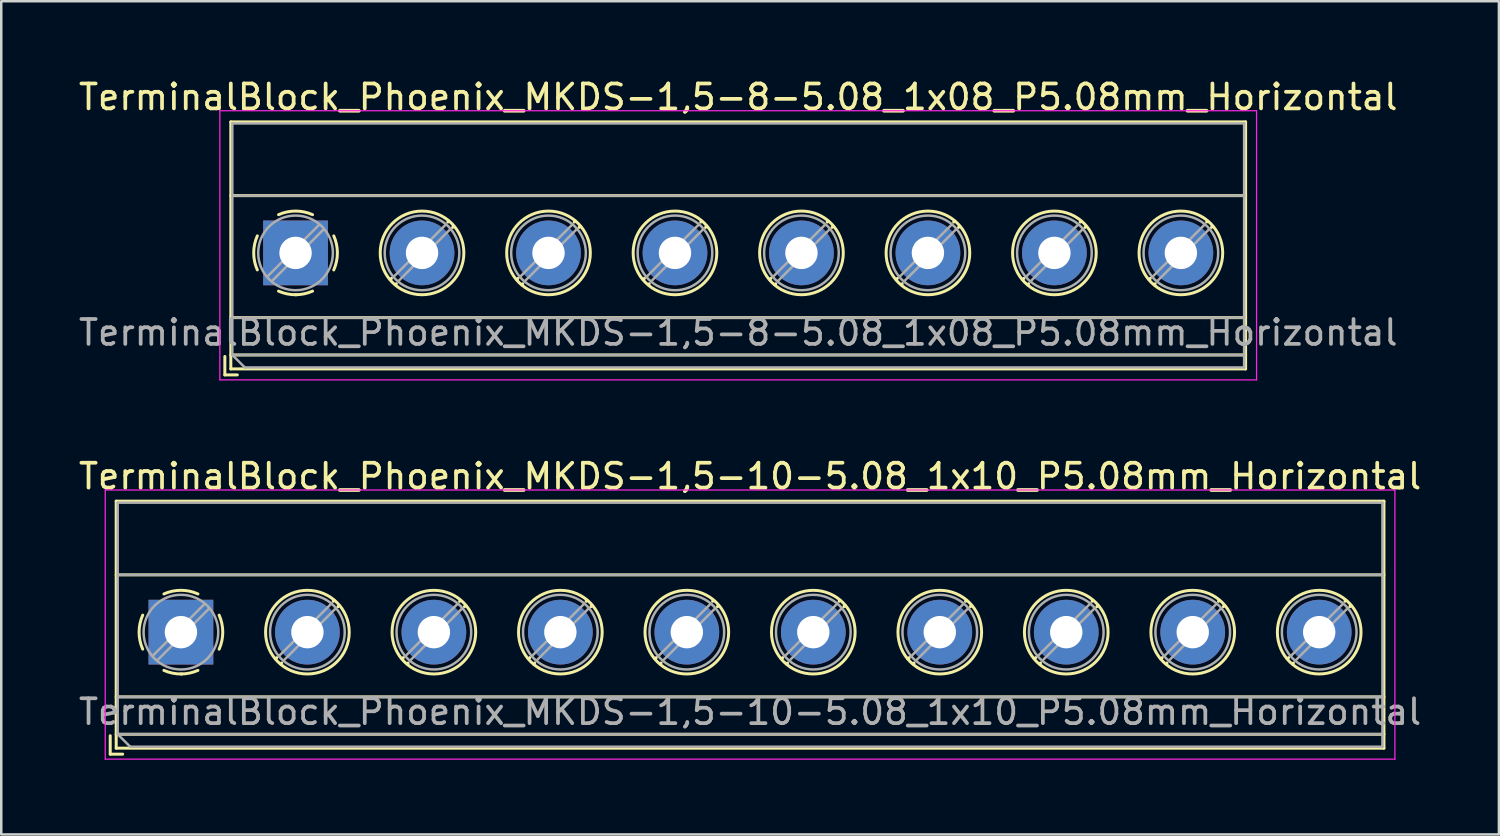
<source format=kicad_pcb>
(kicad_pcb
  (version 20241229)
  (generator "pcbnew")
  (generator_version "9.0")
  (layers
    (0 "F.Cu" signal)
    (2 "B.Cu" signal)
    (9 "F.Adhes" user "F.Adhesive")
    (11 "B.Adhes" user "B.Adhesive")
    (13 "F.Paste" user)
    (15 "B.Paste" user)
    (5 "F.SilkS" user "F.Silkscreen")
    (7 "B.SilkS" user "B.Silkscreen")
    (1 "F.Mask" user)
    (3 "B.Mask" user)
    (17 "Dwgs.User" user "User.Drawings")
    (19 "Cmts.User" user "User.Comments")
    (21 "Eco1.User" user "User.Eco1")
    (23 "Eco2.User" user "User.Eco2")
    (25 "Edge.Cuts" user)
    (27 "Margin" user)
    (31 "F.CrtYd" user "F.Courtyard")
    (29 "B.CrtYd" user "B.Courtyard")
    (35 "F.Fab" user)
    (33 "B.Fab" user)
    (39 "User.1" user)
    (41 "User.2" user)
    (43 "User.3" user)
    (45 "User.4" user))
  (footprint "TerminalBlock_Phoenix_MKDS-1,5-8-5.08_1x08_P5.08mm_Horizontal"
    (layer "F.Cu")
    (at 8.821 7.108)
    (property "Reference" "TerminalBlock_Phoenix_MKDS-1,5-8-5.08_1x08_P5.08mm_Horizontal" (at 17.78 -6.26 0) (layer "F.SilkS") (effects (font (size 1 1) (thickness 0.15))))
    (attr through_hole)
    (fp_line (start -2.84 4.16) (end -2.84 4.9) (stroke (width 0.12) (type solid)) (layer "F.SilkS"))
    (fp_line (start -2.84 4.9) (end -2.34 4.9) (stroke (width 0.12) (type solid)) (layer "F.SilkS"))
    (fp_line (start -2.6 -5.261) (end -2.6 4.66) (stroke (width 0.12) (type solid)) (layer "F.SilkS"))
    (fp_line (start -2.6 -5.261) (end 38.16 -5.261) (stroke (width 0.12) (type solid)) (layer "F.SilkS"))
    (fp_line (start -2.6 -2.301) (end 38.16 -2.301) (stroke (width 0.12) (type solid)) (layer "F.SilkS"))
    (fp_line (start -2.6 2.6) (end 38.16 2.6) (stroke (width 0.12) (type solid)) (layer "F.SilkS"))
    (fp_line (start -2.6 4.1) (end 38.16 4.1) (stroke (width 0.12) (type solid)) (layer "F.SilkS"))
    (fp_line (start -2.6 4.66) (end 38.16 4.66) (stroke (width 0.12) (type solid)) (layer "F.SilkS"))
    (fp_line (start 3.853 1.023) (end 3.806 1.069) (stroke (width 0.12) (type solid)) (layer "F.SilkS"))
    (fp_line (start 4.046 1.239) (end 4.011 1.274) (stroke (width 0.12) (type solid)) (layer "F.SilkS"))
    (fp_line (start 6.15 -1.275) (end 6.115 -1.239) (stroke (width 0.12) (type solid)) (layer "F.SilkS"))
    (fp_line (start 6.355 -1.069) (end 6.308 -1.023) (stroke (width 0.12) (type solid)) (layer "F.SilkS"))
    (fp_line (start 8.933 1.023) (end 8.886 1.069) (stroke (width 0.12) (type solid)) (layer "F.SilkS"))
    (fp_line (start 9.126 1.239) (end 9.091 1.274) (stroke (width 0.12) (type solid)) (layer "F.SilkS"))
    (fp_line (start 11.23 -1.275) (end 11.195 -1.239) (stroke (width 0.12) (type solid)) (layer "F.SilkS"))
    (fp_line (start 11.435 -1.069) (end 11.388 -1.023) (stroke (width 0.12) (type solid)) (layer "F.SilkS"))
    (fp_line (start 14.013 1.023) (end 13.966 1.069) (stroke (width 0.12) (type solid)) (layer "F.SilkS"))
    (fp_line (start 14.206 1.239) (end 14.171 1.274) (stroke (width 0.12) (type solid)) (layer "F.SilkS"))
    (fp_line (start 16.31 -1.275) (end 16.275 -1.239) (stroke (width 0.12) (type solid)) (layer "F.SilkS"))
    (fp_line (start 16.515 -1.069) (end 16.468 -1.023) (stroke (width 0.12) (type solid)) (layer "F.SilkS"))
    (fp_line (start 19.093 1.023) (end 19.046 1.069) (stroke (width 0.12) (type solid)) (layer "F.SilkS"))
    (fp_line (start 19.286 1.239) (end 19.251 1.274) (stroke (width 0.12) (type solid)) (layer "F.SilkS"))
    (fp_line (start 21.39 -1.275) (end 21.355 -1.239) (stroke (width 0.12) (type solid)) (layer "F.SilkS"))
    (fp_line (start 21.595 -1.069) (end 21.548 -1.023) (stroke (width 0.12) (type solid)) (layer "F.SilkS"))
    (fp_line (start 24.173 1.023) (end 24.126 1.069) (stroke (width 0.12) (type solid)) (layer "F.SilkS"))
    (fp_line (start 24.366 1.239) (end 24.331 1.274) (stroke (width 0.12) (type solid)) (layer "F.SilkS"))
    (fp_line (start 26.47 -1.275) (end 26.435 -1.239) (stroke (width 0.12) (type solid)) (layer "F.SilkS"))
    (fp_line (start 26.675 -1.069) (end 26.628 -1.023) (stroke (width 0.12) (type solid)) (layer "F.SilkS"))
    (fp_line (start 29.253 1.023) (end 29.206 1.069) (stroke (width 0.12) (type solid)) (layer "F.SilkS"))
    (fp_line (start 29.446 1.239) (end 29.411 1.274) (stroke (width 0.12) (type solid)) (layer "F.SilkS"))
    (fp_line (start 31.55 -1.275) (end 31.515 -1.239) (stroke (width 0.12) (type solid)) (layer "F.SilkS"))
    (fp_line (start 31.755 -1.069) (end 31.708 -1.023) (stroke (width 0.12) (type solid)) (layer "F.SilkS"))
    (fp_line (start 34.333 1.023) (end 34.286 1.069) (stroke (width 0.12) (type solid)) (layer "F.SilkS"))
    (fp_line (start 34.526 1.239) (end 34.491 1.274) (stroke (width 0.12) (type solid)) (layer "F.SilkS"))
    (fp_line (start 36.63 -1.275) (end 36.595 -1.239) (stroke (width 0.12) (type solid)) (layer "F.SilkS"))
    (fp_line (start 36.835 -1.069) (end 36.788 -1.023) (stroke (width 0.12) (type solid)) (layer "F.SilkS"))
    (fp_line (start 38.16 -5.261) (end 38.16 4.66) (stroke (width 0.12) (type solid)) (layer "F.SilkS"))
    (fp_arc (start -1.535427 0.683042) (mid -1.680501 -0.000524) (end -1.535 -0.684) (stroke (width 0.12) (type solid)) (layer "F.SilkS"))
    (fp_arc (start -0.683042 -1.535427) (mid 0.000524 -1.680501) (end 0.684 -1.535) (stroke (width 0.12) (type solid)) (layer "F.SilkS"))
    (fp_arc (start 0.028805 1.680253) (mid -0.335551 1.646659) (end -0.684 1.535) (stroke (width 0.12) (type solid)) (layer "F.SilkS"))
    (fp_arc (start 0.683318 1.534756) (mid 0.349292 1.643288) (end 0 1.68) (stroke (width 0.12) (type solid)) (layer "F.SilkS"))
    (fp_arc (start 1.535427 -0.683042) (mid 1.680501 0.000524) (end 1.535 0.684) (stroke (width 0.12) (type solid)) (layer "F.SilkS"))
    (fp_circle (center 5.08 0) (end 6.76 0) (stroke (width 0.12) (type solid)) (fill no) (layer "F.SilkS"))
    (fp_circle (center 10.16 0) (end 11.84 0) (stroke (width 0.12) (type solid)) (fill no) (layer "F.SilkS"))
    (fp_circle (center 15.24 0) (end 16.92 0) (stroke (width 0.12) (type solid)) (fill no) (layer "F.SilkS"))
    (fp_circle (center 20.32 0) (end 22 0) (stroke (width 0.12) (type solid)) (fill no) (layer "F.SilkS"))
    (fp_circle (center 25.4 0) (end 27.08 0) (stroke (width 0.12) (type solid)) (fill no) (layer "F.SilkS"))
    (fp_circle (center 30.48 0) (end 32.16 0) (stroke (width 0.12) (type solid)) (fill no) (layer "F.SilkS"))
    (fp_circle (center 35.56 0) (end 37.24 0) (stroke (width 0.12) (type solid)) (fill no) (layer "F.SilkS"))
    (fp_line (start -3.04 -5.71) (end -3.04 5.1) (stroke (width 0.05) (type solid)) (layer "F.CrtYd"))
    (fp_line (start -3.04 5.1) (end 38.6 5.1) (stroke (width 0.05) (type solid)) (layer "F.CrtYd"))
    (fp_line (start 38.6 -5.71) (end -3.04 -5.71) (stroke (width 0.05) (type solid)) (layer "F.CrtYd"))
    (fp_line (start 38.6 5.1) (end 38.6 -5.71) (stroke (width 0.05) (type solid)) (layer "F.CrtYd"))
    (fp_line (start -2.54 -5.2) (end 38.1 -5.2) (stroke (width 0.1) (type solid)) (layer "F.Fab"))
    (fp_line (start -2.54 -2.3) (end 38.1 -2.3) (stroke (width 0.1) (type solid)) (layer "F.Fab"))
    (fp_line (start -2.54 2.6) (end 38.1 2.6) (stroke (width 0.1) (type solid)) (layer "F.Fab"))
    (fp_line (start -2.54 4.1) (end -2.54 -5.2) (stroke (width 0.1) (type solid)) (layer "F.Fab"))
    (fp_line (start -2.54 4.1) (end 38.1 4.1) (stroke (width 0.1) (type solid)) (layer "F.Fab"))
    (fp_line (start -2.04 4.6) (end -2.54 4.1) (stroke (width 0.1) (type solid)) (layer "F.Fab"))
    (fp_line (start 0.955 -1.138) (end -1.138 0.955) (stroke (width 0.1) (type solid)) (layer "F.Fab"))
    (fp_line (start 1.138 -0.955) (end -0.955 1.138) (stroke (width 0.1) (type solid)) (layer "F.Fab"))
    (fp_line (start 6.035 -1.138) (end 3.943 0.955) (stroke (width 0.1) (type solid)) (layer "F.Fab"))
    (fp_line (start 6.218 -0.955) (end 4.126 1.138) (stroke (width 0.1) (type solid)) (layer "F.Fab"))
    (fp_line (start 11.115 -1.138) (end 9.023 0.955) (stroke (width 0.1) (type solid)) (layer "F.Fab"))
    (fp_line (start 11.298 -0.955) (end 9.206 1.138) (stroke (width 0.1) (type solid)) (layer "F.Fab"))
    (fp_line (start 16.195 -1.138) (end 14.103 0.955) (stroke (width 0.1) (type solid)) (layer "F.Fab"))
    (fp_line (start 16.378 -0.955) (end 14.286 1.138) (stroke (width 0.1) (type solid)) (layer "F.Fab"))
    (fp_line (start 21.275 -1.138) (end 19.183 0.955) (stroke (width 0.1) (type solid)) (layer "F.Fab"))
    (fp_line (start 21.458 -0.955) (end 19.366 1.138) (stroke (width 0.1) (type solid)) (layer "F.Fab"))
    (fp_line (start 26.355 -1.138) (end 24.263 0.955) (stroke (width 0.1) (type solid)) (layer "F.Fab"))
    (fp_line (start 26.538 -0.955) (end 24.446 1.138) (stroke (width 0.1) (type solid)) (layer "F.Fab"))
    (fp_line (start 31.435 -1.138) (end 29.343 0.955) (stroke (width 0.1) (type solid)) (layer "F.Fab"))
    (fp_line (start 31.618 -0.955) (end 29.526 1.138) (stroke (width 0.1) (type solid)) (layer "F.Fab"))
    (fp_line (start 36.515 -1.138) (end 34.423 0.955) (stroke (width 0.1) (type solid)) (layer "F.Fab"))
    (fp_line (start 36.698 -0.955) (end 34.606 1.138) (stroke (width 0.1) (type solid)) (layer "F.Fab"))
    (fp_line (start 38.1 -5.2) (end 38.1 4.6) (stroke (width 0.1) (type solid)) (layer "F.Fab"))
    (fp_line (start 38.1 4.6) (end -2.04 4.6) (stroke (width 0.1) (type solid)) (layer "F.Fab"))
    (fp_circle (center 0 0) (end 1.5 0) (stroke (width 0.1) (type solid)) (fill no) (layer "F.Fab"))
    (fp_circle (center 5.08 0) (end 6.58 0) (stroke (width 0.1) (type solid)) (fill no) (layer "F.Fab"))
    (fp_circle (center 10.16 0) (end 11.66 0) (stroke (width 0.1) (type solid)) (fill no) (layer "F.Fab"))
    (fp_circle (center 15.24 0) (end 16.74 0) (stroke (width 0.1) (type solid)) (fill no) (layer "F.Fab"))
    (fp_circle (center 20.32 0) (end 21.82 0) (stroke (width 0.1) (type solid)) (fill no) (layer "F.Fab"))
    (fp_circle (center 25.4 0) (end 26.9 0) (stroke (width 0.1) (type solid)) (fill no) (layer "F.Fab"))
    (fp_circle (center 30.48 0) (end 31.98 0) (stroke (width 0.1) (type solid)) (fill no) (layer "F.Fab"))
    (fp_circle (center 35.56 0) (end 37.06 0) (stroke (width 0.1) (type solid)) (fill no) (layer "F.Fab"))
    (fp_text user "${REFERENCE}" (at 17.78 3.2 0) (layer "F.Fab") (effects (font (size 1 1) (thickness 0.15))))
    (pad "1" thru_hole rect (at 0 0) (size 2.6 2.6) (drill 1.3) (layers "*.Cu" "*.Mask"))
    (pad "2" thru_hole circle (at 5.08 0) (size 2.6 2.6) (drill 1.3) (layers "*.Cu" "*.Mask"))
    (pad "3" thru_hole circle (at 10.16 0) (size 2.6 2.6) (drill 1.3) (layers "*.Cu" "*.Mask"))
    (pad "4" thru_hole circle (at 15.24 0) (size 2.6 2.6) (drill 1.3) (layers "*.Cu" "*.Mask"))
    (pad "5" thru_hole circle (at 20.32 0) (size 2.6 2.6) (drill 1.3) (layers "*.Cu" "*.Mask"))
    (pad "6" thru_hole circle (at 25.4 0) (size 2.6 2.6) (drill 1.3) (layers "*.Cu" "*.Mask"))
    (pad "7" thru_hole circle (at 30.48 0) (size 2.6 2.6) (drill 1.3) (layers "*.Cu" "*.Mask"))
    (pad "8" thru_hole circle (at 35.56 0) (size 2.6 2.6) (drill 1.3) (layers "*.Cu" "*.Mask")))
  (footprint "TerminalBlock_Phoenix_MKDS-1,5-10-5.08_1x10_P5.08mm_Horizontal"
    (layer "F.Cu")
    (at 4.217 22.341)
    (property "Reference" "TerminalBlock_Phoenix_MKDS-1,5-10-5.08_1x10_P5.08mm_Horizontal" (at 22.86 -6.26 0) (layer "F.SilkS") (effects (font (size 1 1) (thickness 0.15))))
    (attr through_hole)
    (fp_line (start -2.84 4.16) (end -2.84 4.9) (stroke (width 0.12) (type solid)) (layer "F.SilkS"))
    (fp_line (start -2.84 4.9) (end -2.34 4.9) (stroke (width 0.12) (type solid)) (layer "F.SilkS"))
    (fp_line (start -2.6 -5.261) (end -2.6 4.66) (stroke (width 0.12) (type solid)) (layer "F.SilkS"))
    (fp_line (start -2.6 -5.261) (end 48.32 -5.261) (stroke (width 0.12) (type solid)) (layer "F.SilkS"))
    (fp_line (start -2.6 -2.301) (end 48.32 -2.301) (stroke (width 0.12) (type solid)) (layer "F.SilkS"))
    (fp_line (start -2.6 2.6) (end 48.32 2.6) (stroke (width 0.12) (type solid)) (layer "F.SilkS"))
    (fp_line (start -2.6 4.1) (end 48.32 4.1) (stroke (width 0.12) (type solid)) (layer "F.SilkS"))
    (fp_line (start -2.6 4.66) (end 48.32 4.66) (stroke (width 0.12) (type solid)) (layer "F.SilkS"))
    (fp_line (start 3.853 1.023) (end 3.806 1.069) (stroke (width 0.12) (type solid)) (layer "F.SilkS"))
    (fp_line (start 4.046 1.239) (end 4.011 1.274) (stroke (width 0.12) (type solid)) (layer "F.SilkS"))
    (fp_line (start 6.15 -1.275) (end 6.115 -1.239) (stroke (width 0.12) (type solid)) (layer "F.SilkS"))
    (fp_line (start 6.355 -1.069) (end 6.308 -1.023) (stroke (width 0.12) (type solid)) (layer "F.SilkS"))
    (fp_line (start 8.933 1.023) (end 8.886 1.069) (stroke (width 0.12) (type solid)) (layer "F.SilkS"))
    (fp_line (start 9.126 1.239) (end 9.091 1.274) (stroke (width 0.12) (type solid)) (layer "F.SilkS"))
    (fp_line (start 11.23 -1.275) (end 11.195 -1.239) (stroke (width 0.12) (type solid)) (layer "F.SilkS"))
    (fp_line (start 11.435 -1.069) (end 11.388 -1.023) (stroke (width 0.12) (type solid)) (layer "F.SilkS"))
    (fp_line (start 14.013 1.023) (end 13.966 1.069) (stroke (width 0.12) (type solid)) (layer "F.SilkS"))
    (fp_line (start 14.206 1.239) (end 14.171 1.274) (stroke (width 0.12) (type solid)) (layer "F.SilkS"))
    (fp_line (start 16.31 -1.275) (end 16.275 -1.239) (stroke (width 0.12) (type solid)) (layer "F.SilkS"))
    (fp_line (start 16.515 -1.069) (end 16.468 -1.023) (stroke (width 0.12) (type solid)) (layer "F.SilkS"))
    (fp_line (start 19.093 1.023) (end 19.046 1.069) (stroke (width 0.12) (type solid)) (layer "F.SilkS"))
    (fp_line (start 19.286 1.239) (end 19.251 1.274) (stroke (width 0.12) (type solid)) (layer "F.SilkS"))
    (fp_line (start 21.39 -1.275) (end 21.355 -1.239) (stroke (width 0.12) (type solid)) (layer "F.SilkS"))
    (fp_line (start 21.595 -1.069) (end 21.548 -1.023) (stroke (width 0.12) (type solid)) (layer "F.SilkS"))
    (fp_line (start 24.173 1.023) (end 24.126 1.069) (stroke (width 0.12) (type solid)) (layer "F.SilkS"))
    (fp_line (start 24.366 1.239) (end 24.331 1.274) (stroke (width 0.12) (type solid)) (layer "F.SilkS"))
    (fp_line (start 26.47 -1.275) (end 26.435 -1.239) (stroke (width 0.12) (type solid)) (layer "F.SilkS"))
    (fp_line (start 26.675 -1.069) (end 26.628 -1.023) (stroke (width 0.12) (type solid)) (layer "F.SilkS"))
    (fp_line (start 29.253 1.023) (end 29.206 1.069) (stroke (width 0.12) (type solid)) (layer "F.SilkS"))
    (fp_line (start 29.446 1.239) (end 29.411 1.274) (stroke (width 0.12) (type solid)) (layer "F.SilkS"))
    (fp_line (start 31.55 -1.275) (end 31.515 -1.239) (stroke (width 0.12) (type solid)) (layer "F.SilkS"))
    (fp_line (start 31.755 -1.069) (end 31.708 -1.023) (stroke (width 0.12) (type solid)) (layer "F.SilkS"))
    (fp_line (start 34.333 1.023) (end 34.286 1.069) (stroke (width 0.12) (type solid)) (layer "F.SilkS"))
    (fp_line (start 34.526 1.239) (end 34.491 1.274) (stroke (width 0.12) (type solid)) (layer "F.SilkS"))
    (fp_line (start 36.63 -1.275) (end 36.595 -1.239) (stroke (width 0.12) (type solid)) (layer "F.SilkS"))
    (fp_line (start 36.835 -1.069) (end 36.788 -1.023) (stroke (width 0.12) (type solid)) (layer "F.SilkS"))
    (fp_line (start 39.413 1.023) (end 39.366 1.069) (stroke (width 0.12) (type solid)) (layer "F.SilkS"))
    (fp_line (start 39.606 1.239) (end 39.571 1.274) (stroke (width 0.12) (type solid)) (layer "F.SilkS"))
    (fp_line (start 41.71 -1.275) (end 41.675 -1.239) (stroke (width 0.12) (type solid)) (layer "F.SilkS"))
    (fp_line (start 41.915 -1.069) (end 41.868 -1.023) (stroke (width 0.12) (type solid)) (layer "F.SilkS"))
    (fp_line (start 44.493 1.023) (end 44.446 1.069) (stroke (width 0.12) (type solid)) (layer "F.SilkS"))
    (fp_line (start 44.686 1.239) (end 44.651 1.274) (stroke (width 0.12) (type solid)) (layer "F.SilkS"))
    (fp_line (start 46.79 -1.275) (end 46.755 -1.239) (stroke (width 0.12) (type solid)) (layer "F.SilkS"))
    (fp_line (start 46.995 -1.069) (end 46.948 -1.023) (stroke (width 0.12) (type solid)) (layer "F.SilkS"))
    (fp_line (start 48.32 -5.261) (end 48.32 4.66) (stroke (width 0.12) (type solid)) (layer "F.SilkS"))
    (fp_arc (start -1.535427 0.683042) (mid -1.680501 -0.000524) (end -1.535 -0.684) (stroke (width 0.12) (type solid)) (layer "F.SilkS"))
    (fp_arc (start -0.683042 -1.535427) (mid 0.000524 -1.680501) (end 0.684 -1.535) (stroke (width 0.12) (type solid)) (layer "F.SilkS"))
    (fp_arc (start 0.028805 1.680253) (mid -0.335551 1.646659) (end -0.684 1.535) (stroke (width 0.12) (type solid)) (layer "F.SilkS"))
    (fp_arc (start 0.683318 1.534756) (mid 0.349292 1.643288) (end 0 1.68) (stroke (width 0.12) (type solid)) (layer "F.SilkS"))
    (fp_arc (start 1.535427 -0.683042) (mid 1.680501 0.000524) (end 1.535 0.684) (stroke (width 0.12) (type solid)) (layer "F.SilkS"))
    (fp_circle (center 5.08 0) (end 6.76 0) (stroke (width 0.12) (type solid)) (fill no) (layer "F.SilkS"))
    (fp_circle (center 10.16 0) (end 11.84 0) (stroke (width 0.12) (type solid)) (fill no) (layer "F.SilkS"))
    (fp_circle (center 15.24 0) (end 16.92 0) (stroke (width 0.12) (type solid)) (fill no) (layer "F.SilkS"))
    (fp_circle (center 20.32 0) (end 22 0) (stroke (width 0.12) (type solid)) (fill no) (layer "F.SilkS"))
    (fp_circle (center 25.4 0) (end 27.08 0) (stroke (width 0.12) (type solid)) (fill no) (layer "F.SilkS"))
    (fp_circle (center 30.48 0) (end 32.16 0) (stroke (width 0.12) (type solid)) (fill no) (layer "F.SilkS"))
    (fp_circle (center 35.56 0) (end 37.24 0) (stroke (width 0.12) (type solid)) (fill no) (layer "F.SilkS"))
    (fp_circle (center 40.64 0) (end 42.32 0) (stroke (width 0.12) (type solid)) (fill no) (layer "F.SilkS"))
    (fp_circle (center 45.72 0) (end 47.4 0) (stroke (width 0.12) (type solid)) (fill no) (layer "F.SilkS"))
    (fp_line (start -3.04 -5.71) (end -3.04 5.1) (stroke (width 0.05) (type solid)) (layer "F.CrtYd"))
    (fp_line (start -3.04 5.1) (end 48.76 5.1) (stroke (width 0.05) (type solid)) (layer "F.CrtYd"))
    (fp_line (start 48.76 -5.71) (end -3.04 -5.71) (stroke (width 0.05) (type solid)) (layer "F.CrtYd"))
    (fp_line (start 48.76 5.1) (end 48.76 -5.71) (stroke (width 0.05) (type solid)) (layer "F.CrtYd"))
    (fp_line (start -2.54 -5.2) (end 48.26 -5.2) (stroke (width 0.1) (type solid)) (layer "F.Fab"))
    (fp_line (start -2.54 -2.3) (end 48.26 -2.3) (stroke (width 0.1) (type solid)) (layer "F.Fab"))
    (fp_line (start -2.54 2.6) (end 48.26 2.6) (stroke (width 0.1) (type solid)) (layer "F.Fab"))
    (fp_line (start -2.54 4.1) (end -2.54 -5.2) (stroke (width 0.1) (type solid)) (layer "F.Fab"))
    (fp_line (start -2.54 4.1) (end 48.26 4.1) (stroke (width 0.1) (type solid)) (layer "F.Fab"))
    (fp_line (start -2.04 4.6) (end -2.54 4.1) (stroke (width 0.1) (type solid)) (layer "F.Fab"))
    (fp_line (start 0.955 -1.138) (end -1.138 0.955) (stroke (width 0.1) (type solid)) (layer "F.Fab"))
    (fp_line (start 1.138 -0.955) (end -0.955 1.138) (stroke (width 0.1) (type solid)) (layer "F.Fab"))
    (fp_line (start 6.035 -1.138) (end 3.943 0.955) (stroke (width 0.1) (type solid)) (layer "F.Fab"))
    (fp_line (start 6.218 -0.955) (end 4.126 1.138) (stroke (width 0.1) (type solid)) (layer "F.Fab"))
    (fp_line (start 11.115 -1.138) (end 9.023 0.955) (stroke (width 0.1) (type solid)) (layer "F.Fab"))
    (fp_line (start 11.298 -0.955) (end 9.206 1.138) (stroke (width 0.1) (type solid)) (layer "F.Fab"))
    (fp_line (start 16.195 -1.138) (end 14.103 0.955) (stroke (width 0.1) (type solid)) (layer "F.Fab"))
    (fp_line (start 16.378 -0.955) (end 14.286 1.138) (stroke (width 0.1) (type solid)) (layer "F.Fab"))
    (fp_line (start 21.275 -1.138) (end 19.183 0.955) (stroke (width 0.1) (type solid)) (layer "F.Fab"))
    (fp_line (start 21.458 -0.955) (end 19.366 1.138) (stroke (width 0.1) (type solid)) (layer "F.Fab"))
    (fp_line (start 26.355 -1.138) (end 24.263 0.955) (stroke (width 0.1) (type solid)) (layer "F.Fab"))
    (fp_line (start 26.538 -0.955) (end 24.446 1.138) (stroke (width 0.1) (type solid)) (layer "F.Fab"))
    (fp_line (start 31.435 -1.138) (end 29.343 0.955) (stroke (width 0.1) (type solid)) (layer "F.Fab"))
    (fp_line (start 31.618 -0.955) (end 29.526 1.138) (stroke (width 0.1) (type solid)) (layer "F.Fab"))
    (fp_line (start 36.515 -1.138) (end 34.423 0.955) (stroke (width 0.1) (type solid)) (layer "F.Fab"))
    (fp_line (start 36.698 -0.955) (end 34.606 1.138) (stroke (width 0.1) (type solid)) (layer "F.Fab"))
    (fp_line (start 41.595 -1.138) (end 39.503 0.955) (stroke (width 0.1) (type solid)) (layer "F.Fab"))
    (fp_line (start 41.778 -0.955) (end 39.686 1.138) (stroke (width 0.1) (type solid)) (layer "F.Fab"))
    (fp_line (start 46.675 -1.138) (end 44.583 0.955) (stroke (width 0.1) (type solid)) (layer "F.Fab"))
    (fp_line (start 46.858 -0.955) (end 44.766 1.138) (stroke (width 0.1) (type solid)) (layer "F.Fab"))
    (fp_line (start 48.26 -5.2) (end 48.26 4.6) (stroke (width 0.1) (type solid)) (layer "F.Fab"))
    (fp_line (start 48.26 4.6) (end -2.04 4.6) (stroke (width 0.1) (type solid)) (layer "F.Fab"))
    (fp_circle (center 0 0) (end 1.5 0) (stroke (width 0.1) (type solid)) (fill no) (layer "F.Fab"))
    (fp_circle (center 5.08 0) (end 6.58 0) (stroke (width 0.1) (type solid)) (fill no) (layer "F.Fab"))
    (fp_circle (center 10.16 0) (end 11.66 0) (stroke (width 0.1) (type solid)) (fill no) (layer "F.Fab"))
    (fp_circle (center 15.24 0) (end 16.74 0) (stroke (width 0.1) (type solid)) (fill no) (layer "F.Fab"))
    (fp_circle (center 20.32 0) (end 21.82 0) (stroke (width 0.1) (type solid)) (fill no) (layer "F.Fab"))
    (fp_circle (center 25.4 0) (end 26.9 0) (stroke (width 0.1) (type solid)) (fill no) (layer "F.Fab"))
    (fp_circle (center 30.48 0) (end 31.98 0) (stroke (width 0.1) (type solid)) (fill no) (layer "F.Fab"))
    (fp_circle (center 35.56 0) (end 37.06 0) (stroke (width 0.1) (type solid)) (fill no) (layer "F.Fab"))
    (fp_circle (center 40.64 0) (end 42.14 0) (stroke (width 0.1) (type solid)) (fill no) (layer "F.Fab"))
    (fp_circle (center 45.72 0) (end 47.22 0) (stroke (width 0.1) (type solid)) (fill no) (layer "F.Fab"))
    (fp_text user "${REFERENCE}" (at 22.86 3.2 0) (layer "F.Fab") (effects (font (size 1 1) (thickness 0.15))))
    (pad "1" thru_hole rect (at 0 0) (size 2.6 2.6) (drill 1.3) (layers "*.Cu" "*.Mask"))
    (pad "2" thru_hole circle (at 5.08 0) (size 2.6 2.6) (drill 1.3) (layers "*.Cu" "*.Mask"))
    (pad "3" thru_hole circle (at 10.16 0) (size 2.6 2.6) (drill 1.3) (layers "*.Cu" "*.Mask"))
    (pad "4" thru_hole circle (at 15.24 0) (size 2.6 2.6) (drill 1.3) (layers "*.Cu" "*.Mask"))
    (pad "5" thru_hole circle (at 20.32 0) (size 2.6 2.6) (drill 1.3) (layers "*.Cu" "*.Mask"))
    (pad "6" thru_hole circle (at 25.4 0) (size 2.6 2.6) (drill 1.3) (layers "*.Cu" "*.Mask"))
    (pad "7" thru_hole circle (at 30.48 0) (size 2.6 2.6) (drill 1.3) (layers "*.Cu" "*.Mask"))
    (pad "8" thru_hole circle (at 35.56 0) (size 2.6 2.6) (drill 1.3) (layers "*.Cu" "*.Mask"))
    (pad "9" thru_hole circle (at 40.64 0) (size 2.6 2.6) (drill 1.3) (layers "*.Cu" "*.Mask"))
    (pad "10" thru_hole circle (at 45.72 0) (size 2.6 2.6) (drill 1.3) (layers "*.Cu" "*.Mask")))
  (gr_rect
    (start -3 -3)
    (end 57.155 30.466)
    (stroke (width 0.1) (type default))
    (fill no)
    (layer "Edge.Cuts")))
</source>
